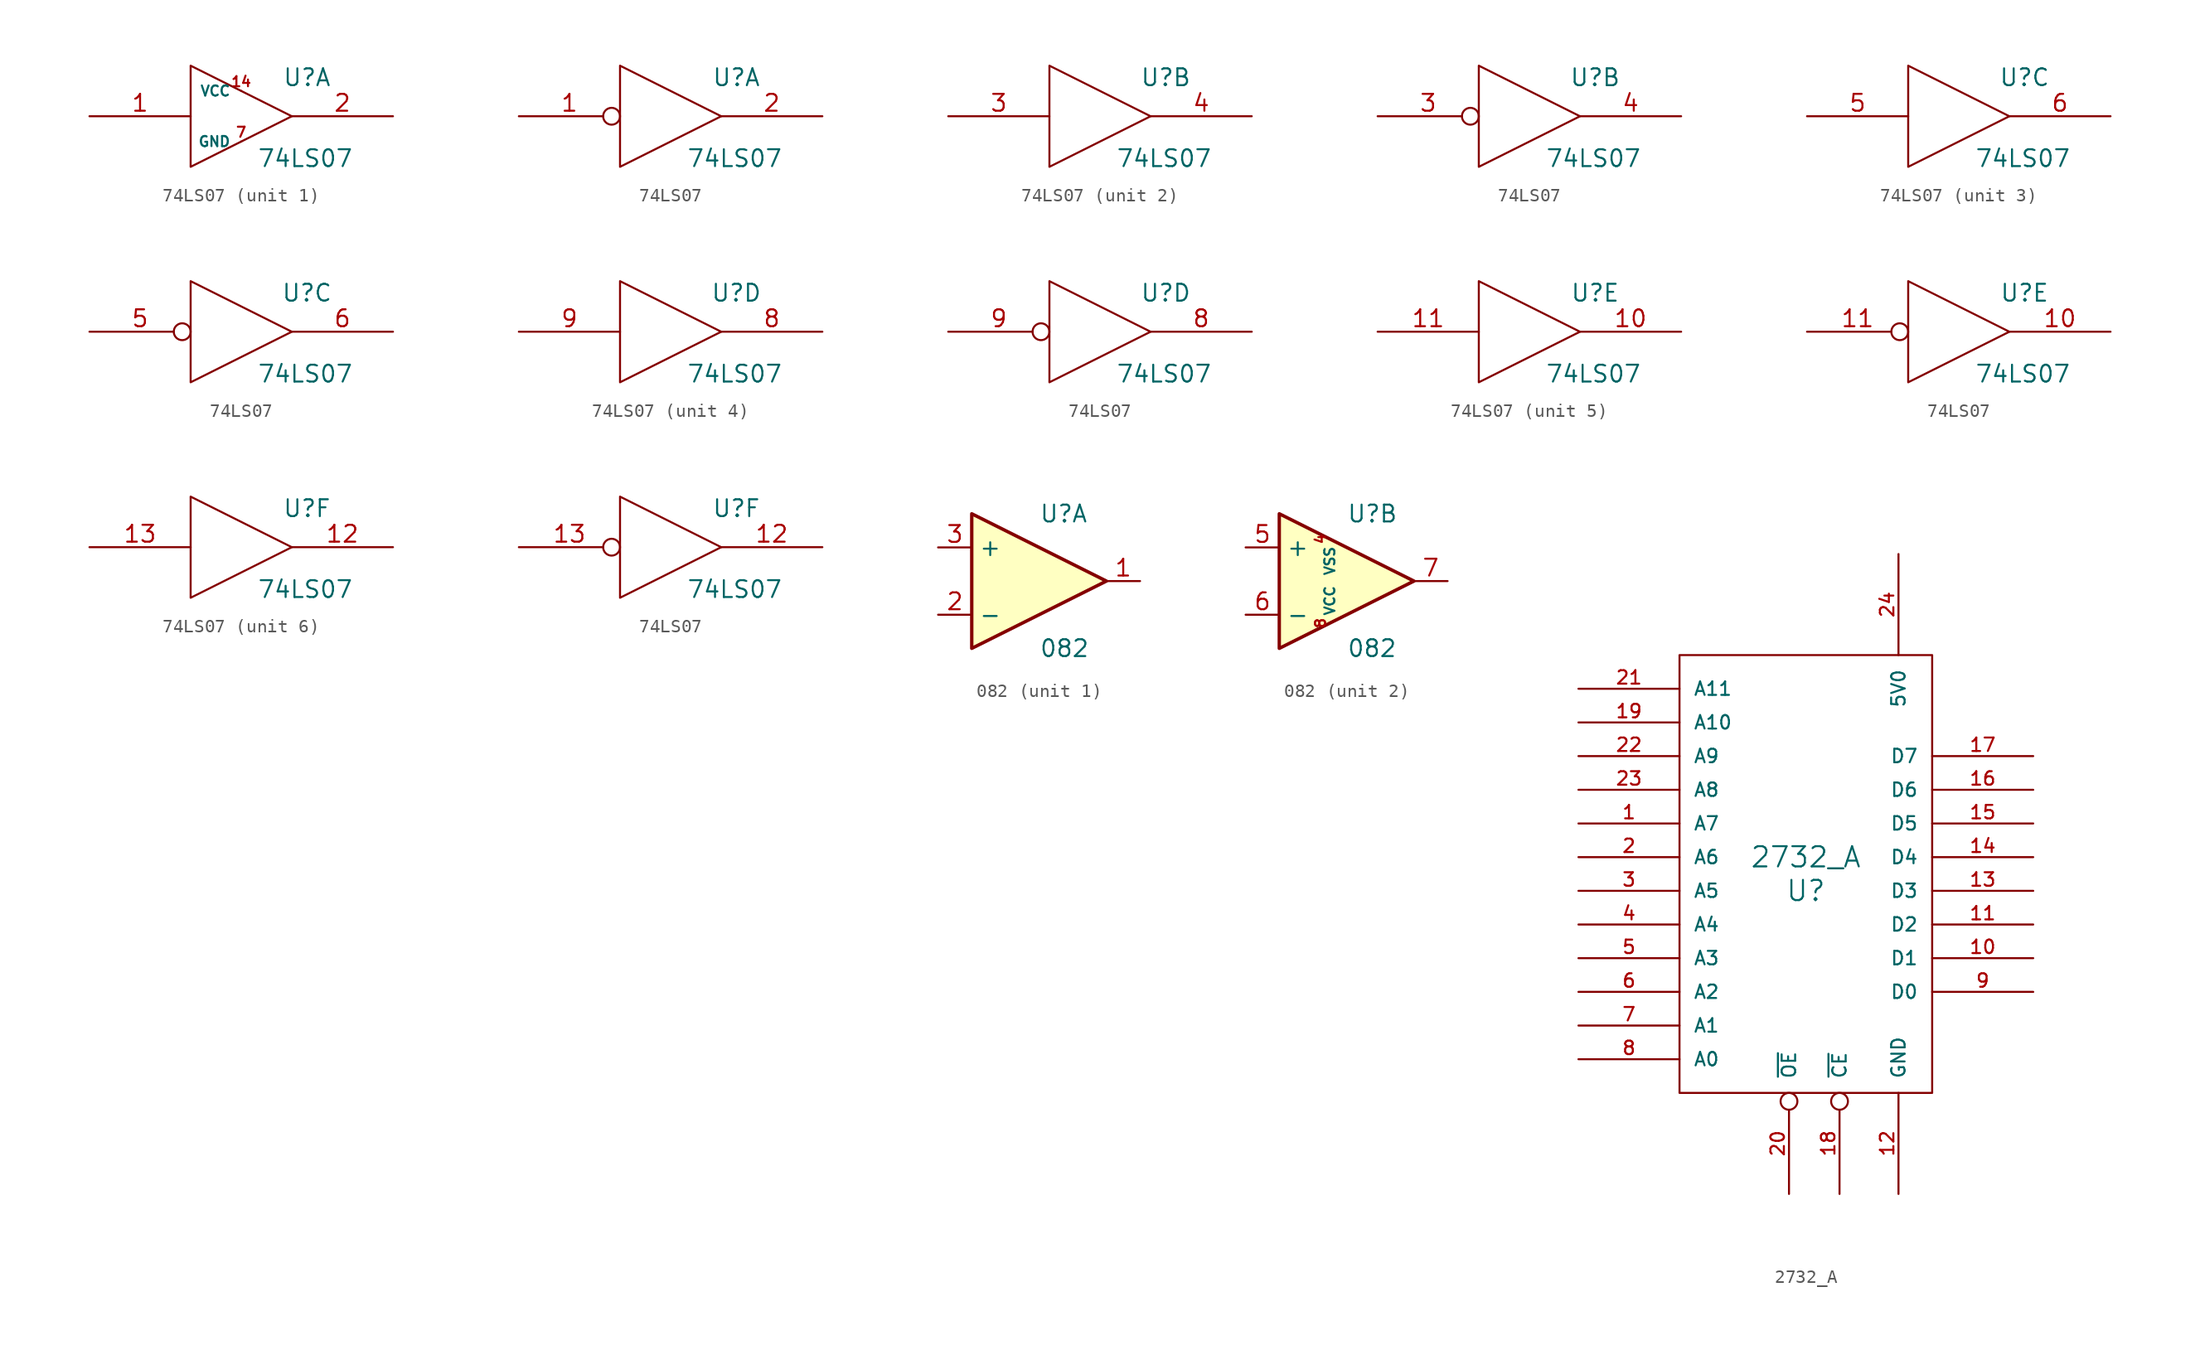
<source format=kicad_sym>
(kicad_symbol_lib
  (version 20211014)
  (generator kicad_symbol_editor)
  (symbol "74LS07"
    (pin_names
      (offset 0.762))
    (property "Reference" "U"
      (at 4.953 2.921 0)
      (effects (font (size 1.27 1.27))))
    (property "Value" "74LS07"
      (at 4.826 -3.175 0)
      (effects (font (size 1.27 1.27))))
    (symbol "74LS07_0_0"
      (polyline (pts (xy -3.81 3.81) (xy -3.81 -3.81) (xy 3.81 0) (xy -3.81 3.81)) (stroke (width 0) (type default) (color 0 0 0 0)) (fill (type none))))
    (symbol "74LS07_1_1"
      (pin input line (at -11.43 0 0) (length 7.62) (name "~" (effects (font (size 1.27 1.27)))) (number "1" (effects (font (size 1.27 1.27)))))
      (pin power_in line (at 0 1.905 180) (length 0) (name "VCC" (effects (font (size 0.762 0.762)))) (number "14" (effects (font (size 0.762 0.762)))))
      (pin tri_state line (at 11.43 0 180) (length 7.62) (name "~" (effects (font (size 1.27 1.27)))) (number "2" (effects (font (size 1.27 1.27)))))
      (pin power_in line (at 0 -1.905 180) (length 0) (name "GND" (effects (font (size 0.762 0.762)))) (number "7" (effects (font (size 0.762 0.762))))))
    (symbol "74LS07_1_2"
      (pin input inverted (at -11.43 0 0) (length 7.62) (name "~" (effects (font (size 1.27 1.27)))) (number "1" (effects (font (size 1.27 1.27)))))
      (pin tri_state line (at 11.43 0 180) (length 7.62) (name "~" (effects (font (size 1.27 1.27)))) (number "2" (effects (font (size 1.27 1.27))))))
    (symbol "74LS07_2_1"
      (pin input line (at -11.43 0 0) (length 7.62) (name "~" (effects (font (size 1.27 1.27)))) (number "3" (effects (font (size 1.27 1.27)))))
      (pin tri_state line (at 11.43 0 180) (length 7.62) (name "~" (effects (font (size 1.27 1.27)))) (number "4" (effects (font (size 1.27 1.27))))))
    (symbol "74LS07_2_2"
      (pin input inverted (at -11.43 0 0) (length 7.62) (name "~" (effects (font (size 1.27 1.27)))) (number "3" (effects (font (size 1.27 1.27)))))
      (pin tri_state line (at 11.43 0 180) (length 7.62) (name "~" (effects (font (size 1.27 1.27)))) (number "4" (effects (font (size 1.27 1.27))))))
    (symbol "74LS07_3_1"
      (pin input line (at -11.43 0 0) (length 7.62) (name "~" (effects (font (size 1.27 1.27)))) (number "5" (effects (font (size 1.27 1.27)))))
      (pin tri_state line (at 11.43 0 180) (length 7.62) (name "~" (effects (font (size 1.27 1.27)))) (number "6" (effects (font (size 1.27 1.27))))))
    (symbol "74LS07_3_2"
      (pin input inverted (at -11.43 0 0) (length 7.62) (name "~" (effects (font (size 1.27 1.27)))) (number "5" (effects (font (size 1.27 1.27)))))
      (pin tri_state line (at 11.43 0 180) (length 7.62) (name "~" (effects (font (size 1.27 1.27)))) (number "6" (effects (font (size 1.27 1.27))))))
    (symbol "74LS07_4_1"
      (pin tri_state line (at 11.43 0 180) (length 7.62) (name "~" (effects (font (size 1.27 1.27)))) (number "8" (effects (font (size 1.27 1.27)))))
      (pin input line (at -11.43 0 0) (length 7.62) (name "~" (effects (font (size 1.27 1.27)))) (number "9" (effects (font (size 1.27 1.27))))))
    (symbol "74LS07_4_2"
      (pin tri_state line (at 11.43 0 180) (length 7.62) (name "~" (effects (font (size 1.27 1.27)))) (number "8" (effects (font (size 1.27 1.27)))))
      (pin input inverted (at -11.43 0 0) (length 7.62) (name "~" (effects (font (size 1.27 1.27)))) (number "9" (effects (font (size 1.27 1.27))))))
    (symbol "74LS07_5_1"
      (pin tri_state line (at 11.43 0 180) (length 7.62) (name "~" (effects (font (size 1.27 1.27)))) (number "10" (effects (font (size 1.27 1.27)))))
      (pin input line (at -11.43 0 0) (length 7.62) (name "~" (effects (font (size 1.27 1.27)))) (number "11" (effects (font (size 1.27 1.27))))))
    (symbol "74LS07_5_2"
      (pin tri_state line (at 11.43 0 180) (length 7.62) (name "~" (effects (font (size 1.27 1.27)))) (number "10" (effects (font (size 1.27 1.27)))))
      (pin input inverted (at -11.43 0 0) (length 7.62) (name "~" (effects (font (size 1.27 1.27)))) (number "11" (effects (font (size 1.27 1.27))))))
    (symbol "74LS07_6_1"
      (pin tri_state line (at 11.43 0 180) (length 7.62) (name "~" (effects (font (size 1.27 1.27)))) (number "12" (effects (font (size 1.27 1.27)))))
      (pin input line (at -11.43 0 0) (length 7.62) (name "~" (effects (font (size 1.27 1.27)))) (number "13" (effects (font (size 1.27 1.27))))))
    (symbol "74LS07_6_2"
      (pin tri_state line (at 11.43 0 180) (length 7.62) (name "~" (effects (font (size 1.27 1.27)))) (number "12" (effects (font (size 1.27 1.27)))))
      (pin input inverted (at -11.43 0 0) (length 7.62) (name "~" (effects (font (size 1.27 1.27)))) (number "13" (effects (font (size 1.27 1.27)))))))
  (symbol "082"
    (property "Reference" "U"
      (at 0 5.08 0)
      (effects (font (size 1.27 1.27)) (justify left)))
    (property "Value" "082"
      (at 0 -5.08 0)
      (effects (font (size 1.27 1.27)) (justify left)))
    (symbol "082_0_1"
      (polyline (pts (xy -5.08 5.08) (xy 5.08 0) (xy -5.08 -5.08) (xy -5.08 5.08)) (stroke (width 0.254) (type default) (color 0 0 0 0)) (fill (type background))))
    (symbol "082_1_1"
      (pin output line (at 7.62 0 180) (length 2.54) (name "~" (effects (font (size 1.27 1.27)))) (number "1" (effects (font (size 1.27 1.27)))))
      (pin input line (at -7.62 -2.54 0) (length 2.54) (name "-" (effects (font (size 1.27 1.27)))) (number "2" (effects (font (size 1.27 1.27)))))
      (pin input line (at -7.62 2.54 0) (length 2.54) (name "+" (effects (font (size 1.27 1.27)))) (number "3" (effects (font (size 1.27 1.27))))))
    (symbol "082_2_1"
      (pin bidirectional line (at -1.27 3.175 270) (length 0) (name "VSS" (effects (font (size 0.762 0.762)))) (number "4" (effects (font (size 0.762 0.762)))))
      (pin input line (at -7.62 2.54 0) (length 2.54) (name "+" (effects (font (size 1.27 1.27)))) (number "5" (effects (font (size 1.27 1.27)))))
      (pin input line (at -7.62 -2.54 0) (length 2.54) (name "-" (effects (font (size 1.27 1.27)))) (number "6" (effects (font (size 1.27 1.27)))))
      (pin output line (at 7.62 0 180) (length 2.54) (name "~" (effects (font (size 1.27 1.27)))) (number "7" (effects (font (size 1.27 1.27)))))
      (pin bidirectional line (at -1.27 -3.175 90) (length 0) (name "VCC" (effects (font (size 0.762 0.762)))) (number "8" (effects (font (size 0.762 0.762)))))))
  (symbol "2732_A"
    (pin_names
      (offset 1.016))
    (property "Reference" "U"
      (at 0 -1.27 0)
      (effects (font (size 1.524 1.524))))
    (property "Value" "2732_A"
      (at 0 1.27 0)
      (effects (font (size 1.524 1.524))))
    (symbol "2732_A_0_1"
      (polyline (pts (xy -9.525 16.51) (xy 9.525 16.51) (xy 9.525 -16.51) (xy -9.525 -16.51) (xy -9.525 16.51)) (stroke (width 0) (type default) (color 0 0 0 0)) (fill (type none))))
    (symbol "2732_A_1_0"
      (pin bidirectional line (at -17.145 3.81 0) (length 7.62) (name "A7" (effects (font (size 1.016 1.016)))) (number "1" (effects (font (size 1.016 1.016)))))
      (pin bidirectional line (at 17.145 -6.35 180) (length 7.62) (name "D1" (effects (font (size 1.016 1.016)))) (number "10" (effects (font (size 1.016 1.016)))))
      (pin bidirectional line (at 17.145 -3.81 180) (length 7.62) (name "D2" (effects (font (size 1.016 1.016)))) (number "11" (effects (font (size 1.016 1.016)))))
      (pin power_in line (at 6.985 -24.13 90) (length 7.62) (name "GND" (effects (font (size 1.016 1.016)))) (number "12" (effects (font (size 1.016 1.016)))))
      (pin bidirectional line (at 17.145 -1.27 180) (length 7.62) (name "D3" (effects (font (size 1.016 1.016)))) (number "13" (effects (font (size 1.016 1.016)))))
      (pin bidirectional line (at 17.145 1.27 180) (length 7.62) (name "D4" (effects (font (size 1.016 1.016)))) (number "14" (effects (font (size 1.016 1.016)))))
      (pin bidirectional line (at 17.145 3.81 180) (length 7.62) (name "D5" (effects (font (size 1.016 1.016)))) (number "15" (effects (font (size 1.016 1.016)))))
      (pin bidirectional line (at 17.145 6.35 180) (length 7.62) (name "D6" (effects (font (size 1.016 1.016)))) (number "16" (effects (font (size 1.016 1.016)))))
      (pin bidirectional line (at 17.145 8.89 180) (length 7.62) (name "D7" (effects (font (size 1.016 1.016)))) (number "17" (effects (font (size 1.016 1.016)))))
      (pin input inverted (at 2.54 -24.13 90) (length 7.62) (name "~{CE}" (effects (font (size 1.016 1.016)))) (number "18" (effects (font (size 1.016 1.016)))))
      (pin bidirectional line (at -17.145 11.43 0) (length 7.62) (name "A10" (effects (font (size 1.016 1.016)))) (number "19" (effects (font (size 1.016 1.016)))))
      (pin bidirectional line (at -17.145 1.27 0) (length 7.62) (name "A6" (effects (font (size 1.016 1.016)))) (number "2" (effects (font (size 1.016 1.016)))))
      (pin input inverted (at -1.27 -24.13 90) (length 7.62) (name "~{OE}" (effects (font (size 1.016 1.016)))) (number "20" (effects (font (size 1.016 1.016)))))
      (pin bidirectional line (at -17.145 13.97 0) (length 7.62) (name "A11" (effects (font (size 1.016 1.016)))) (number "21" (effects (font (size 1.016 1.016)))))
      (pin bidirectional line (at -17.145 8.89 0) (length 7.62) (name "A9" (effects (font (size 1.016 1.016)))) (number "22" (effects (font (size 1.016 1.016)))))
      (pin bidirectional line (at -17.145 6.35 0) (length 7.62) (name "A8" (effects (font (size 1.016 1.016)))) (number "23" (effects (font (size 1.016 1.016)))))
      (pin power_in line (at 6.985 24.13 270) (length 7.62) (name "5V0" (effects (font (size 1.016 1.016)))) (number "24" (effects (font (size 1.016 1.016)))))
      (pin bidirectional line (at -17.145 -1.27 0) (length 7.62) (name "A5" (effects (font (size 1.016 1.016)))) (number "3" (effects (font (size 1.016 1.016)))))
      (pin bidirectional line (at -17.145 -3.81 0) (length 7.62) (name "A4" (effects (font (size 1.016 1.016)))) (number "4" (effects (font (size 1.016 1.016)))))
      (pin bidirectional line (at -17.145 -6.35 0) (length 7.62) (name "A3" (effects (font (size 1.016 1.016)))) (number "5" (effects (font (size 1.016 1.016)))))
      (pin bidirectional line (at -17.145 -8.89 0) (length 7.62) (name "A2" (effects (font (size 1.016 1.016)))) (number "6" (effects (font (size 1.016 1.016)))))
      (pin bidirectional line (at -17.145 -11.43 0) (length 7.62) (name "A1" (effects (font (size 1.016 1.016)))) (number "7" (effects (font (size 1.016 1.016)))))
      (pin bidirectional line (at -17.145 -13.97 0) (length 7.62) (name "A0" (effects (font (size 1.016 1.016)))) (number "8" (effects (font (size 1.016 1.016)))))
      (pin bidirectional line (at 17.145 -8.89 180) (length 7.62) (name "D0" (effects (font (size 1.016 1.016)))) (number "9" (effects (font (size 1.016 1.016))))))))
</source>
